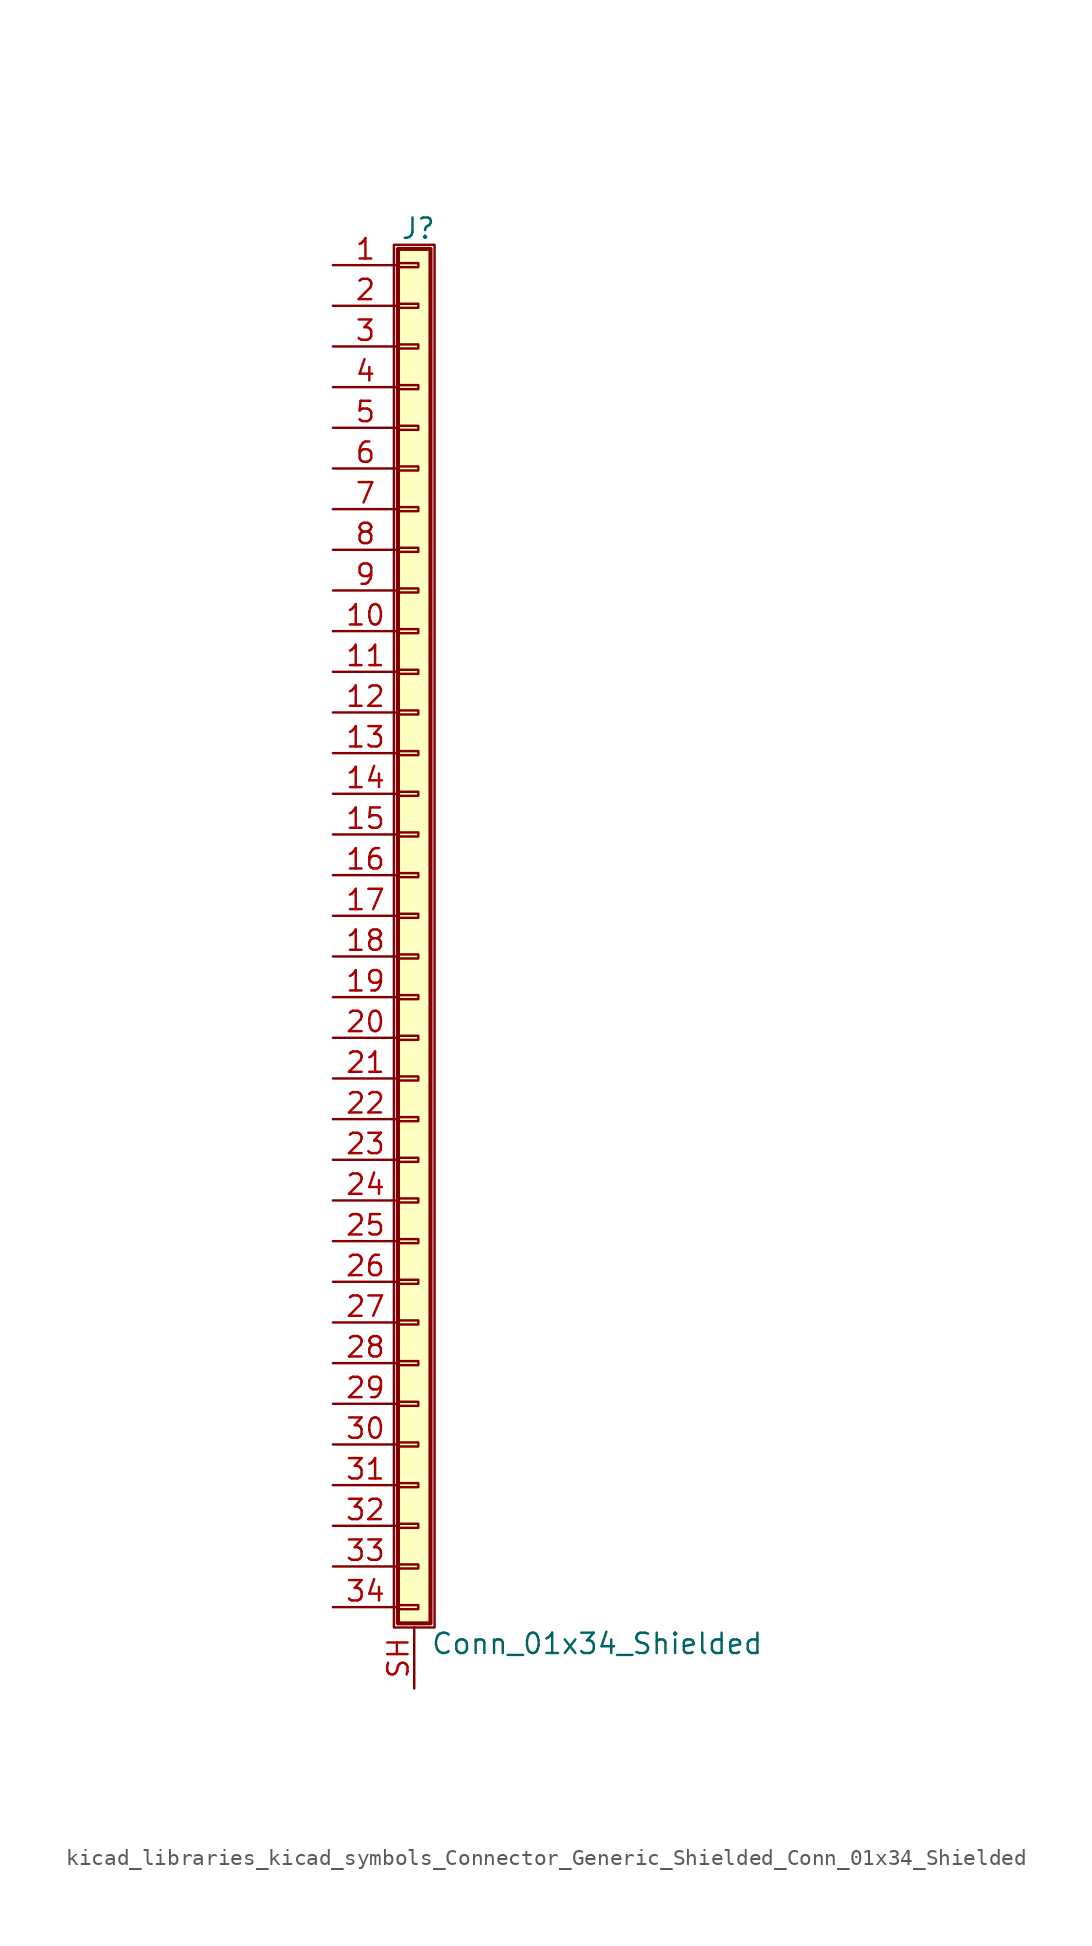
<source format=kicad_sym>
(kicad_symbol_lib
  (version 20220914)
  (generator kicad_symbol_editor)
  (symbol "kicad_libraries_kicad_symbols_Connector_Generic_Shielded_Conn_01x34_Shielded"
    (pin_names
      (offset 1.016) hide)
    (property "Reference" "J"
      (at 0.254 42.926 0)
      (effects (font (size 1.27 1.27))))
    (property "Value" "Conn_01x34_Shielded"
      (at 1.016 -45.466 0)
      (effects (font (size 1.27 1.27)) (justify left)))
    (symbol "kicad_libraries_kicad_symbols_Connector_Generic_Shielded_Conn_01x34_Shielded_1_1"
      (rectangle (start -1.27 41.91) (end 1.27 -44.45) (stroke (width 0.152) (type default)) (fill (type none)))
      (rectangle (start -1.016 -43.053) (end 0.254 -43.307) (stroke (width 0.152) (type default)) (fill (type none)))
      (rectangle (start -1.016 -40.513) (end 0.254 -40.767) (stroke (width 0.152) (type default)) (fill (type none)))
      (rectangle (start -1.016 -37.973) (end 0.254 -38.227) (stroke (width 0.152) (type default)) (fill (type none)))
      (rectangle (start -1.016 -35.433) (end 0.254 -35.687) (stroke (width 0.152) (type default)) (fill (type none)))
      (rectangle (start -1.016 -32.893) (end 0.254 -33.147) (stroke (width 0.152) (type default)) (fill (type none)))
      (rectangle (start -1.016 -30.353) (end 0.254 -30.607) (stroke (width 0.152) (type default)) (fill (type none)))
      (rectangle (start -1.016 -27.813) (end 0.254 -28.067) (stroke (width 0.152) (type default)) (fill (type none)))
      (rectangle (start -1.016 -25.273) (end 0.254 -25.527) (stroke (width 0.152) (type default)) (fill (type none)))
      (rectangle (start -1.016 -22.733) (end 0.254 -22.987) (stroke (width 0.152) (type default)) (fill (type none)))
      (rectangle (start -1.016 -20.193) (end 0.254 -20.447) (stroke (width 0.152) (type default)) (fill (type none)))
      (rectangle (start -1.016 -17.653) (end 0.254 -17.907) (stroke (width 0.152) (type default)) (fill (type none)))
      (rectangle (start -1.016 -15.113) (end 0.254 -15.367) (stroke (width 0.152) (type default)) (fill (type none)))
      (rectangle (start -1.016 -12.573) (end 0.254 -12.827) (stroke (width 0.152) (type default)) (fill (type none)))
      (rectangle (start -1.016 -10.033) (end 0.254 -10.287) (stroke (width 0.152) (type default)) (fill (type none)))
      (rectangle (start -1.016 -7.493) (end 0.254 -7.747) (stroke (width 0.152) (type default)) (fill (type none)))
      (rectangle (start -1.016 -4.953) (end 0.254 -5.207) (stroke (width 0.152) (type default)) (fill (type none)))
      (rectangle (start -1.016 -2.413) (end 0.254 -2.667) (stroke (width 0.152) (type default)) (fill (type none)))
      (rectangle (start -1.016 0.127) (end 0.254 -0.127) (stroke (width 0.152) (type default)) (fill (type none)))
      (rectangle (start -1.016 2.667) (end 0.254 2.413) (stroke (width 0.152) (type default)) (fill (type none)))
      (rectangle (start -1.016 5.207) (end 0.254 4.953) (stroke (width 0.152) (type default)) (fill (type none)))
      (rectangle (start -1.016 7.747) (end 0.254 7.493) (stroke (width 0.152) (type default)) (fill (type none)))
      (rectangle (start -1.016 10.287) (end 0.254 10.033) (stroke (width 0.152) (type default)) (fill (type none)))
      (rectangle (start -1.016 12.827) (end 0.254 12.573) (stroke (width 0.152) (type default)) (fill (type none)))
      (rectangle (start -1.016 15.367) (end 0.254 15.113) (stroke (width 0.152) (type default)) (fill (type none)))
      (rectangle (start -1.016 17.907) (end 0.254 17.653) (stroke (width 0.152) (type default)) (fill (type none)))
      (rectangle (start -1.016 20.447) (end 0.254 20.193) (stroke (width 0.152) (type default)) (fill (type none)))
      (rectangle (start -1.016 22.987) (end 0.254 22.733) (stroke (width 0.152) (type default)) (fill (type none)))
      (rectangle (start -1.016 25.527) (end 0.254 25.273) (stroke (width 0.152) (type default)) (fill (type none)))
      (rectangle (start -1.016 28.067) (end 0.254 27.813) (stroke (width 0.152) (type default)) (fill (type none)))
      (rectangle (start -1.016 30.607) (end 0.254 30.353) (stroke (width 0.152) (type default)) (fill (type none)))
      (rectangle (start -1.016 33.147) (end 0.254 32.893) (stroke (width 0.152) (type default)) (fill (type none)))
      (rectangle (start -1.016 35.687) (end 0.254 35.433) (stroke (width 0.152) (type default)) (fill (type none)))
      (rectangle (start -1.016 38.227) (end 0.254 37.973) (stroke (width 0.152) (type default)) (fill (type none)))
      (rectangle (start -1.016 40.767) (end 0.254 40.513) (stroke (width 0.152) (type default)) (fill (type none)))
      (rectangle (start -1.016 41.656) (end 1.016 -44.196) (stroke (width 0.254) (type default)) (fill (type background)))
      (pin passive line (at -5.08 40.64 0) (length 4.064) (name "Pin_1" (effects (font (size 1.27 1.27)))) (number "1" (effects (font (size 1.27 1.27)))))
      (pin passive line (at -5.08 17.78 0) (length 4.064) (name "Pin_10" (effects (font (size 1.27 1.27)))) (number "10" (effects (font (size 1.27 1.27)))))
      (pin passive line (at -5.08 15.24 0) (length 4.064) (name "Pin_11" (effects (font (size 1.27 1.27)))) (number "11" (effects (font (size 1.27 1.27)))))
      (pin passive line (at -5.08 12.7 0) (length 4.064) (name "Pin_12" (effects (font (size 1.27 1.27)))) (number "12" (effects (font (size 1.27 1.27)))))
      (pin passive line (at -5.08 10.16 0) (length 4.064) (name "Pin_13" (effects (font (size 1.27 1.27)))) (number "13" (effects (font (size 1.27 1.27)))))
      (pin passive line (at -5.08 7.62 0) (length 4.064) (name "Pin_14" (effects (font (size 1.27 1.27)))) (number "14" (effects (font (size 1.27 1.27)))))
      (pin passive line (at -5.08 5.08 0) (length 4.064) (name "Pin_15" (effects (font (size 1.27 1.27)))) (number "15" (effects (font (size 1.27 1.27)))))
      (pin passive line (at -5.08 2.54 0) (length 4.064) (name "Pin_16" (effects (font (size 1.27 1.27)))) (number "16" (effects (font (size 1.27 1.27)))))
      (pin passive line (at -5.08 0 0) (length 4.064) (name "Pin_17" (effects (font (size 1.27 1.27)))) (number "17" (effects (font (size 1.27 1.27)))))
      (pin passive line (at -5.08 -2.54 0) (length 4.064) (name "Pin_18" (effects (font (size 1.27 1.27)))) (number "18" (effects (font (size 1.27 1.27)))))
      (pin passive line (at -5.08 -5.08 0) (length 4.064) (name "Pin_19" (effects (font (size 1.27 1.27)))) (number "19" (effects (font (size 1.27 1.27)))))
      (pin passive line (at -5.08 38.1 0) (length 4.064) (name "Pin_2" (effects (font (size 1.27 1.27)))) (number "2" (effects (font (size 1.27 1.27)))))
      (pin passive line (at -5.08 -7.62 0) (length 4.064) (name "Pin_20" (effects (font (size 1.27 1.27)))) (number "20" (effects (font (size 1.27 1.27)))))
      (pin passive line (at -5.08 -10.16 0) (length 4.064) (name "Pin_21" (effects (font (size 1.27 1.27)))) (number "21" (effects (font (size 1.27 1.27)))))
      (pin passive line (at -5.08 -12.7 0) (length 4.064) (name "Pin_22" (effects (font (size 1.27 1.27)))) (number "22" (effects (font (size 1.27 1.27)))))
      (pin passive line (at -5.08 -15.24 0) (length 4.064) (name "Pin_23" (effects (font (size 1.27 1.27)))) (number "23" (effects (font (size 1.27 1.27)))))
      (pin passive line (at -5.08 -17.78 0) (length 4.064) (name "Pin_24" (effects (font (size 1.27 1.27)))) (number "24" (effects (font (size 1.27 1.27)))))
      (pin passive line (at -5.08 -20.32 0) (length 4.064) (name "Pin_25" (effects (font (size 1.27 1.27)))) (number "25" (effects (font (size 1.27 1.27)))))
      (pin passive line (at -5.08 -22.86 0) (length 4.064) (name "Pin_26" (effects (font (size 1.27 1.27)))) (number "26" (effects (font (size 1.27 1.27)))))
      (pin passive line (at -5.08 -25.4 0) (length 4.064) (name "Pin_27" (effects (font (size 1.27 1.27)))) (number "27" (effects (font (size 1.27 1.27)))))
      (pin passive line (at -5.08 -27.94 0) (length 4.064) (name "Pin_28" (effects (font (size 1.27 1.27)))) (number "28" (effects (font (size 1.27 1.27)))))
      (pin passive line (at -5.08 -30.48 0) (length 4.064) (name "Pin_29" (effects (font (size 1.27 1.27)))) (number "29" (effects (font (size 1.27 1.27)))))
      (pin passive line (at -5.08 35.56 0) (length 4.064) (name "Pin_3" (effects (font (size 1.27 1.27)))) (number "3" (effects (font (size 1.27 1.27)))))
      (pin passive line (at -5.08 -33.02 0) (length 4.064) (name "Pin_30" (effects (font (size 1.27 1.27)))) (number "30" (effects (font (size 1.27 1.27)))))
      (pin passive line (at -5.08 -35.56 0) (length 4.064) (name "Pin_31" (effects (font (size 1.27 1.27)))) (number "31" (effects (font (size 1.27 1.27)))))
      (pin passive line (at -5.08 -38.1 0) (length 4.064) (name "Pin_32" (effects (font (size 1.27 1.27)))) (number "32" (effects (font (size 1.27 1.27)))))
      (pin passive line (at -5.08 -40.64 0) (length 4.064) (name "Pin_33" (effects (font (size 1.27 1.27)))) (number "33" (effects (font (size 1.27 1.27)))))
      (pin passive line (at -5.08 -43.18 0) (length 4.064) (name "Pin_34" (effects (font (size 1.27 1.27)))) (number "34" (effects (font (size 1.27 1.27)))))
      (pin passive line (at -5.08 33.02 0) (length 4.064) (name "Pin_4" (effects (font (size 1.27 1.27)))) (number "4" (effects (font (size 1.27 1.27)))))
      (pin passive line (at -5.08 30.48 0) (length 4.064) (name "Pin_5" (effects (font (size 1.27 1.27)))) (number "5" (effects (font (size 1.27 1.27)))))
      (pin passive line (at -5.08 27.94 0) (length 4.064) (name "Pin_6" (effects (font (size 1.27 1.27)))) (number "6" (effects (font (size 1.27 1.27)))))
      (pin passive line (at -5.08 25.4 0) (length 4.064) (name "Pin_7" (effects (font (size 1.27 1.27)))) (number "7" (effects (font (size 1.27 1.27)))))
      (pin passive line (at -5.08 22.86 0) (length 4.064) (name "Pin_8" (effects (font (size 1.27 1.27)))) (number "8" (effects (font (size 1.27 1.27)))))
      (pin passive line (at -5.08 20.32 0) (length 4.064) (name "Pin_9" (effects (font (size 1.27 1.27)))) (number "9" (effects (font (size 1.27 1.27)))))
      (pin passive line (at 0 -48.26 90) (length 3.81) (name "Shield" (effects (font (size 1.27 1.27)))) (number "SH" (effects (font (size 1.27 1.27))))))))
</source>
